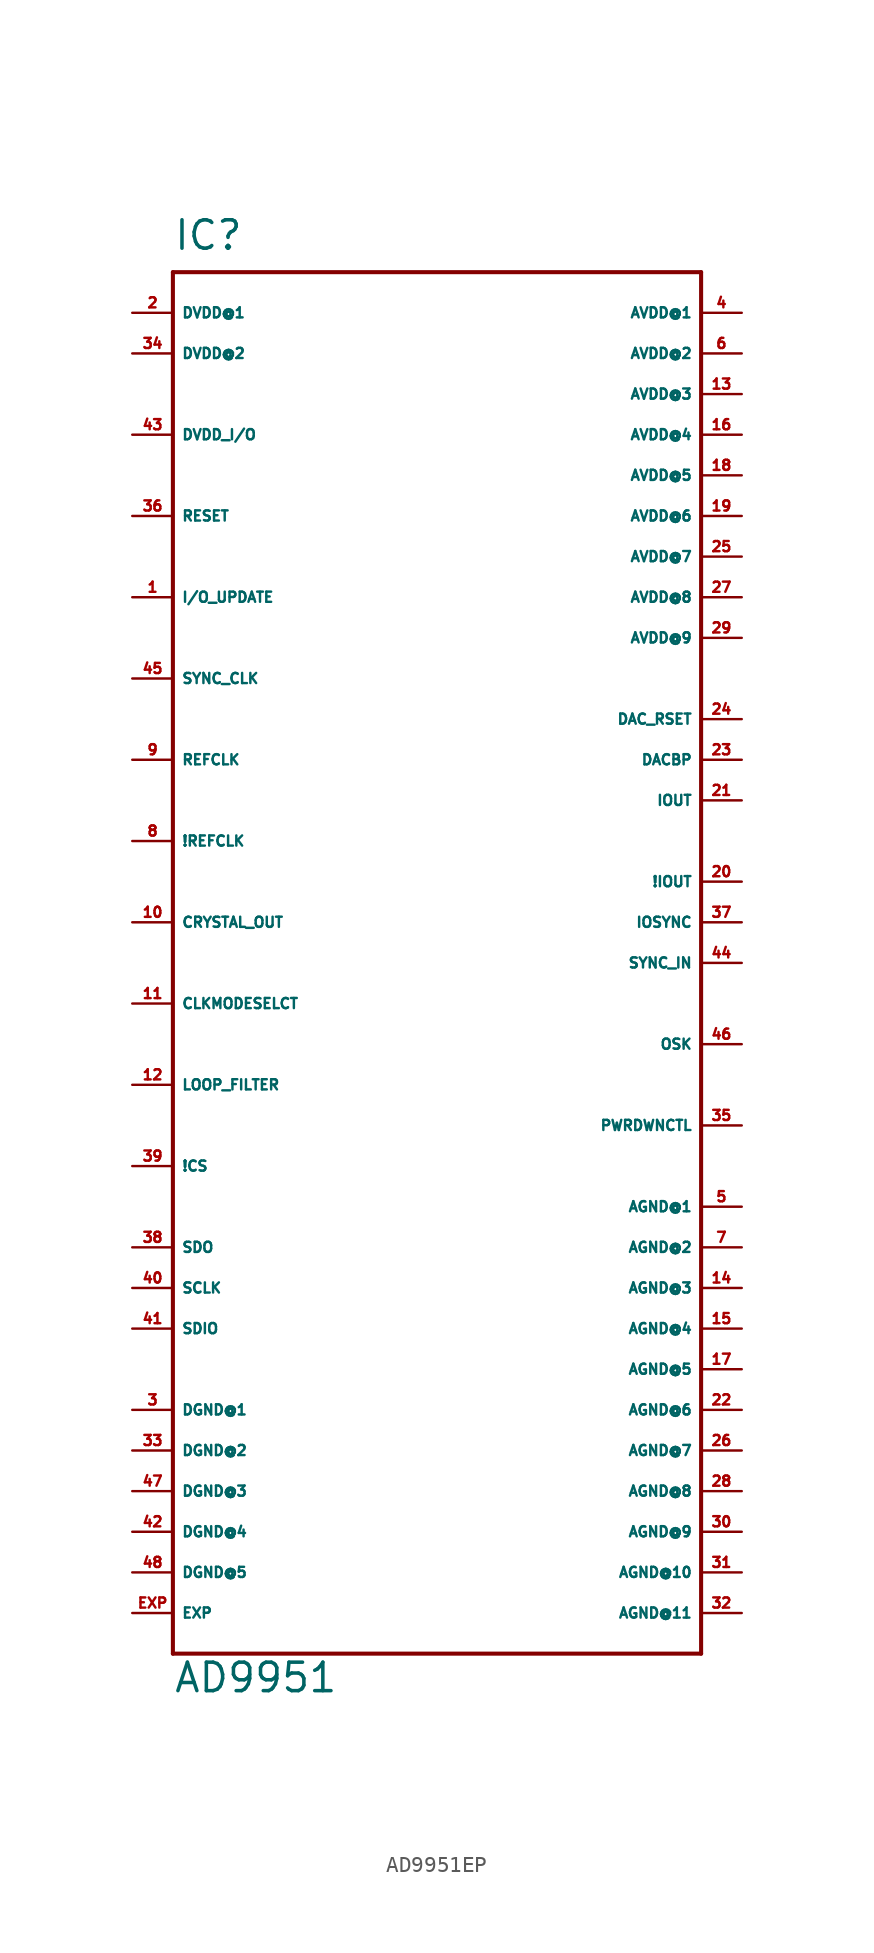
<source format=kicad_sym>
(kicad_symbol_lib
  (version 20220914)
  (generator Eagle2Kicad)
  (symbol "AD9951EP"
    (property "Reference" "IC"
      (at -15.24 41.91 0)
      (effects (font (size 1.778 1.778) (thickness 0.22)) (justify left bottom)))
    (property "Value" "AD9951"
      (at -15.24 -48.26 0)
      (effects (font (size 1.778 1.778) (thickness 0.22)) (justify left bottom)))
    (polyline
      (pts (xy -15.24 40.64) (xy 17.78 40.64))
      (stroke (width 0.254) (type default))
      (fill (type none)))
    (polyline
      (pts (xy 17.78 40.64) (xy 17.78 -45.72))
      (stroke (width 0.254) (type default))
      (fill (type none)))
    (polyline
      (pts (xy 17.78 -45.72) (xy -15.24 -45.72))
      (stroke (width 0.254) (type default))
      (fill (type none)))
    (polyline
      (pts (xy -15.24 -45.72) (xy -15.24 40.64))
      (stroke (width 0.254) (type default))
      (fill (type none)))
    (pin input line
      (at -17.78 20.32 0)
      (length 2.54)
      (name "I/O_UPDATE" (effects (font (size 0.635 0.635) (thickness 0.08)) (justify left bottom)))
      (number "1" (effects (font (size 0.635 0.635) (thickness 0.08)) (justify left bottom))))
    (pin output line
      (at -17.78 15.24 0)
      (length 2.54)
      (name "SYNC_CLK" (effects (font (size 0.635 0.635) (thickness 0.08)) (justify left bottom)))
      (number "45" (effects (font (size 0.635 0.635) (thickness 0.08)) (justify left bottom))))
    (pin input line
      (at -17.78 10.16 0)
      (length 2.54)
      (name "REFCLK" (effects (font (size 0.635 0.635) (thickness 0.08)) (justify left bottom)))
      (number "9" (effects (font (size 0.635 0.635) (thickness 0.08)) (justify left bottom))))
    (pin input line
      (at -17.78 5.08 0)
      (length 2.54)
      (name "!REFCLK" (effects (font (size 0.635 0.635) (thickness 0.08)) (justify left bottom)))
      (number "8" (effects (font (size 0.635 0.635) (thickness 0.08)) (justify left bottom))))
    (pin output line
      (at -17.78 0 0)
      (length 2.54)
      (name "CRYSTAL_OUT" (effects (font (size 0.635 0.635) (thickness 0.08)) (justify left bottom)))
      (number "10" (effects (font (size 0.635 0.635) (thickness 0.08)) (justify left bottom))))
    (pin output line
      (at 20.32 7.62 180)
      (length 2.54)
      (name "IOUT" (effects (font (size 0.635 0.635) (thickness 0.08)) (justify left bottom)))
      (number "21" (effects (font (size 0.635 0.635) (thickness 0.08)) (justify left bottom))))
    (pin output line
      (at 20.32 2.54 180)
      (length 2.54)
      (name "!IOUT" (effects (font (size 0.635 0.635) (thickness 0.08)) (justify left bottom)))
      (number "20" (effects (font (size 0.635 0.635) (thickness 0.08)) (justify left bottom))))
    (pin input line
      (at 20.32 12.7 180)
      (length 2.54)
      (name "DAC_RSET" (effects (font (size 0.635 0.635) (thickness 0.08)) (justify left bottom)))
      (number "24" (effects (font (size 0.635 0.635) (thickness 0.08)) (justify left bottom))))
    (pin input line
      (at 20.32 -2.54 180)
      (length 2.54)
      (name "SYNC_IN" (effects (font (size 0.635 0.635) (thickness 0.08)) (justify left bottom)))
      (number "44" (effects (font (size 0.635 0.635) (thickness 0.08)) (justify left bottom))))
    (pin input line
      (at 20.32 -7.62 180)
      (length 2.54)
      (name "OSK" (effects (font (size 0.635 0.635) (thickness 0.08)) (justify left bottom)))
      (number "46" (effects (font (size 0.635 0.635) (thickness 0.08)) (justify left bottom))))
    (pin input line
      (at 20.32 -12.7 180)
      (length 2.54)
      (name "PWRDWNCTL" (effects (font (size 0.635 0.635) (thickness 0.08)) (justify left bottom)))
      (number "35" (effects (font (size 0.635 0.635) (thickness 0.08)) (justify left bottom))))
    (pin input line
      (at -17.78 25.4 0)
      (length 2.54)
      (name "RESET" (effects (font (size 0.635 0.635) (thickness 0.08)) (justify left bottom)))
      (number "36" (effects (font (size 0.635 0.635) (thickness 0.08)) (justify left bottom))))
    (pin input line
      (at -17.78 -5.08 0)
      (length 2.54)
      (name "CLKMODESELCT" (effects (font (size 0.635 0.635) (thickness 0.08)) (justify left bottom)))
      (number "11" (effects (font (size 0.635 0.635) (thickness 0.08)) (justify left bottom))))
    (pin input line
      (at -17.78 -10.16 0)
      (length 2.54)
      (name "LOOP_FILTER" (effects (font (size 0.635 0.635) (thickness 0.08)) (justify left bottom)))
      (number "12" (effects (font (size 0.635 0.635) (thickness 0.08)) (justify left bottom))))
    (pin input line
      (at 20.32 10.16 180)
      (length 2.54)
      (name "DACBP" (effects (font (size 0.635 0.635) (thickness 0.08)) (justify left bottom)))
      (number "23" (effects (font (size 0.635 0.635) (thickness 0.08)) (justify left bottom))))
    (pin input line
      (at 20.32 0 180)
      (length 2.54)
      (name "IOSYNC" (effects (font (size 0.635 0.635) (thickness 0.08)) (justify left bottom)))
      (number "37" (effects (font (size 0.635 0.635) (thickness 0.08)) (justify left bottom))))
    (pin input line
      (at -17.78 -20.32 0)
      (length 2.54)
      (name "SDO" (effects (font (size 0.635 0.635) (thickness 0.08)) (justify left bottom)))
      (number "38" (effects (font (size 0.635 0.635) (thickness 0.08)) (justify left bottom))))
    (pin input line
      (at -17.78 -15.24 0)
      (length 2.54)
      (name "!CS" (effects (font (size 0.635 0.635) (thickness 0.08)) (justify left bottom)))
      (number "39" (effects (font (size 0.635 0.635) (thickness 0.08)) (justify left bottom))))
    (pin input line
      (at -17.78 -22.86 0)
      (length 2.54)
      (name "SCLK" (effects (font (size 0.635 0.635) (thickness 0.08)) (justify left bottom)))
      (number "40" (effects (font (size 0.635 0.635) (thickness 0.08)) (justify left bottom))))
    (pin bidirectional line
      (at -17.78 -25.4 0)
      (length 2.54)
      (name "SDIO" (effects (font (size 0.635 0.635) (thickness 0.08)) (justify left bottom)))
      (number "41" (effects (font (size 0.635 0.635) (thickness 0.08)) (justify left bottom))))
    (pin unspecified line
      (at -17.78 38.1 0)
      (length 2.54)
      (name "DVDD@1" (effects (font (size 0.635 0.635) (thickness 0.08)) (justify left bottom)))
      (number "2" (effects (font (size 0.635 0.635) (thickness 0.08)) (justify left bottom))))
    (pin unspecified line
      (at -17.78 35.56 0)
      (length 2.54)
      (name "DVDD@2" (effects (font (size 0.635 0.635) (thickness 0.08)) (justify left bottom)))
      (number "34" (effects (font (size 0.635 0.635) (thickness 0.08)) (justify left bottom))))
    (pin unspecified line
      (at -17.78 -30.48 0)
      (length 2.54)
      (name "DGND@1" (effects (font (size 0.635 0.635) (thickness 0.08)) (justify left bottom)))
      (number "3" (effects (font (size 0.635 0.635) (thickness 0.08)) (justify left bottom))))
    (pin unspecified line
      (at -17.78 -33.02 0)
      (length 2.54)
      (name "DGND@2" (effects (font (size 0.635 0.635) (thickness 0.08)) (justify left bottom)))
      (number "33" (effects (font (size 0.635 0.635) (thickness 0.08)) (justify left bottom))))
    (pin unspecified line
      (at -17.78 -35.56 0)
      (length 2.54)
      (name "DGND@3" (effects (font (size 0.635 0.635) (thickness 0.08)) (justify left bottom)))
      (number "47" (effects (font (size 0.635 0.635) (thickness 0.08)) (justify left bottom))))
    (pin unspecified line
      (at -17.78 -38.1 0)
      (length 2.54)
      (name "DGND@4" (effects (font (size 0.635 0.635) (thickness 0.08)) (justify left bottom)))
      (number "42" (effects (font (size 0.635 0.635) (thickness 0.08)) (justify left bottom))))
    (pin unspecified line
      (at 20.32 38.1 180)
      (length 2.54)
      (name "AVDD@1" (effects (font (size 0.635 0.635) (thickness 0.08)) (justify left bottom)))
      (number "4" (effects (font (size 0.635 0.635) (thickness 0.08)) (justify left bottom))))
    (pin unspecified line
      (at 20.32 35.56 180)
      (length 2.54)
      (name "AVDD@2" (effects (font (size 0.635 0.635) (thickness 0.08)) (justify left bottom)))
      (number "6" (effects (font (size 0.635 0.635) (thickness 0.08)) (justify left bottom))))
    (pin unspecified line
      (at 20.32 33.02 180)
      (length 2.54)
      (name "AVDD@3" (effects (font (size 0.635 0.635) (thickness 0.08)) (justify left bottom)))
      (number "13" (effects (font (size 0.635 0.635) (thickness 0.08)) (justify left bottom))))
    (pin unspecified line
      (at 20.32 30.48 180)
      (length 2.54)
      (name "AVDD@4" (effects (font (size 0.635 0.635) (thickness 0.08)) (justify left bottom)))
      (number "16" (effects (font (size 0.635 0.635) (thickness 0.08)) (justify left bottom))))
    (pin unspecified line
      (at 20.32 27.94 180)
      (length 2.54)
      (name "AVDD@5" (effects (font (size 0.635 0.635) (thickness 0.08)) (justify left bottom)))
      (number "18" (effects (font (size 0.635 0.635) (thickness 0.08)) (justify left bottom))))
    (pin unspecified line
      (at 20.32 25.4 180)
      (length 2.54)
      (name "AVDD@6" (effects (font (size 0.635 0.635) (thickness 0.08)) (justify left bottom)))
      (number "19" (effects (font (size 0.635 0.635) (thickness 0.08)) (justify left bottom))))
    (pin unspecified line
      (at 20.32 22.86 180)
      (length 2.54)
      (name "AVDD@7" (effects (font (size 0.635 0.635) (thickness 0.08)) (justify left bottom)))
      (number "25" (effects (font (size 0.635 0.635) (thickness 0.08)) (justify left bottom))))
    (pin unspecified line
      (at 20.32 20.32 180)
      (length 2.54)
      (name "AVDD@8" (effects (font (size 0.635 0.635) (thickness 0.08)) (justify left bottom)))
      (number "27" (effects (font (size 0.635 0.635) (thickness 0.08)) (justify left bottom))))
    (pin unspecified line
      (at 20.32 17.78 180)
      (length 2.54)
      (name "AVDD@9" (effects (font (size 0.635 0.635) (thickness 0.08)) (justify left bottom)))
      (number "29" (effects (font (size 0.635 0.635) (thickness 0.08)) (justify left bottom))))
    (pin unspecified line
      (at 20.32 -17.78 180)
      (length 2.54)
      (name "AGND@1" (effects (font (size 0.635 0.635) (thickness 0.08)) (justify left bottom)))
      (number "5" (effects (font (size 0.635 0.635) (thickness 0.08)) (justify left bottom))))
    (pin unspecified line
      (at 20.32 -20.32 180)
      (length 2.54)
      (name "AGND@2" (effects (font (size 0.635 0.635) (thickness 0.08)) (justify left bottom)))
      (number "7" (effects (font (size 0.635 0.635) (thickness 0.08)) (justify left bottom))))
    (pin unspecified line
      (at 20.32 -22.86 180)
      (length 2.54)
      (name "AGND@3" (effects (font (size 0.635 0.635) (thickness 0.08)) (justify left bottom)))
      (number "14" (effects (font (size 0.635 0.635) (thickness 0.08)) (justify left bottom))))
    (pin unspecified line
      (at 20.32 -25.4 180)
      (length 2.54)
      (name "AGND@4" (effects (font (size 0.635 0.635) (thickness 0.08)) (justify left bottom)))
      (number "15" (effects (font (size 0.635 0.635) (thickness 0.08)) (justify left bottom))))
    (pin unspecified line
      (at 20.32 -27.94 180)
      (length 2.54)
      (name "AGND@5" (effects (font (size 0.635 0.635) (thickness 0.08)) (justify left bottom)))
      (number "17" (effects (font (size 0.635 0.635) (thickness 0.08)) (justify left bottom))))
    (pin unspecified line
      (at 20.32 -30.48 180)
      (length 2.54)
      (name "AGND@6" (effects (font (size 0.635 0.635) (thickness 0.08)) (justify left bottom)))
      (number "22" (effects (font (size 0.635 0.635) (thickness 0.08)) (justify left bottom))))
    (pin unspecified line
      (at 20.32 -33.02 180)
      (length 2.54)
      (name "AGND@7" (effects (font (size 0.635 0.635) (thickness 0.08)) (justify left bottom)))
      (number "26" (effects (font (size 0.635 0.635) (thickness 0.08)) (justify left bottom))))
    (pin unspecified line
      (at 20.32 -35.56 180)
      (length 2.54)
      (name "AGND@8" (effects (font (size 0.635 0.635) (thickness 0.08)) (justify left bottom)))
      (number "28" (effects (font (size 0.635 0.635) (thickness 0.08)) (justify left bottom))))
    (pin unspecified line
      (at 20.32 -38.1 180)
      (length 2.54)
      (name "AGND@9" (effects (font (size 0.635 0.635) (thickness 0.08)) (justify left bottom)))
      (number "30" (effects (font (size 0.635 0.635) (thickness 0.08)) (justify left bottom))))
    (pin unspecified line
      (at 20.32 -40.64 180)
      (length 2.54)
      (name "AGND@10" (effects (font (size 0.635 0.635) (thickness 0.08)) (justify left bottom)))
      (number "31" (effects (font (size 0.635 0.635) (thickness 0.08)) (justify left bottom))))
    (pin unspecified line
      (at 20.32 -43.18 180)
      (length 2.54)
      (name "AGND@11" (effects (font (size 0.635 0.635) (thickness 0.08)) (justify left bottom)))
      (number "32" (effects (font (size 0.635 0.635) (thickness 0.08)) (justify left bottom))))
    (pin unspecified line
      (at -17.78 30.48 0)
      (length 2.54)
      (name "DVDD_I/O" (effects (font (size 0.635 0.635) (thickness 0.08)) (justify left bottom)))
      (number "43" (effects (font (size 0.635 0.635) (thickness 0.08)) (justify left bottom))))
    (pin unspecified line
      (at -17.78 -40.64 0)
      (length 2.54)
      (name "DGND@5" (effects (font (size 0.635 0.635) (thickness 0.08)) (justify left bottom)))
      (number "48" (effects (font (size 0.635 0.635) (thickness 0.08)) (justify left bottom))))
    (pin passive line
      (at -17.78 -43.18 0)
      (length 2.54)
      (name "EXP" (effects (font (size 0.635 0.635) (thickness 0.08)) (justify left bottom)))
      (number "EXP" (effects (font (size 0.635 0.635) (thickness 0.08)) (justify left bottom))))))
</source>
